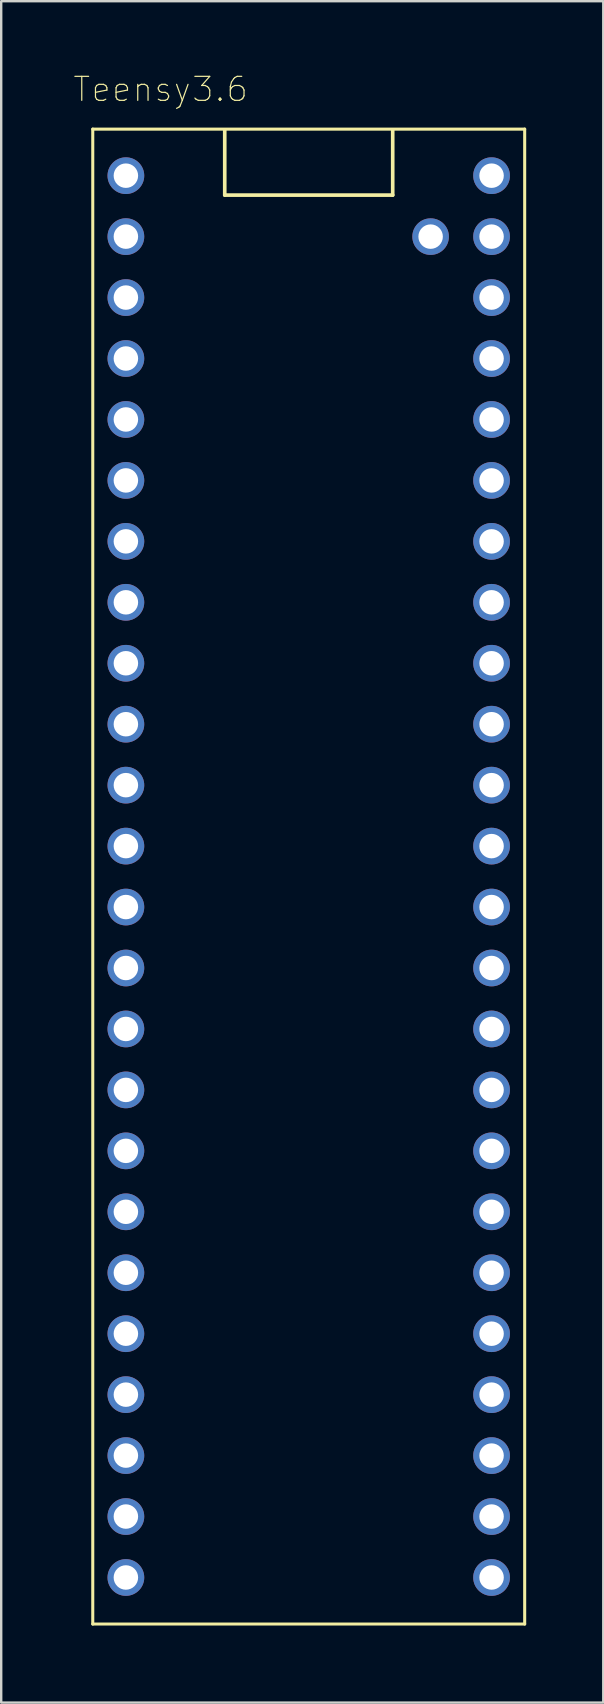
<source format=kicad_pcb>
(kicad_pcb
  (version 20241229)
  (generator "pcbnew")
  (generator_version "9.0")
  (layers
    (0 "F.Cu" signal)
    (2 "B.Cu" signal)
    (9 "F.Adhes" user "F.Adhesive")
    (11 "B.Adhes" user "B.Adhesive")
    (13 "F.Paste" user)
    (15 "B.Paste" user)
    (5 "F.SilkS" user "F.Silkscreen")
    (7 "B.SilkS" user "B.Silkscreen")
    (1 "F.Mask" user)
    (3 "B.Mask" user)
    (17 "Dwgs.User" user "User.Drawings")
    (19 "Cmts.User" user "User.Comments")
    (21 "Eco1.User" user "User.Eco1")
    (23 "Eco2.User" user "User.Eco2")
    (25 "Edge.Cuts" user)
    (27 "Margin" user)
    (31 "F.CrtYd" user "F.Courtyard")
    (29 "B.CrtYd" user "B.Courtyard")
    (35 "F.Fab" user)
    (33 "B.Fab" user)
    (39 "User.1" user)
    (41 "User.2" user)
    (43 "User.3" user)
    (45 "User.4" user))
  (footprint "Teensy3.6"
    (layer "F.Cu")
    (at 9.816 33.481)
    (property "Reference" "Teensy3.6" (at -6.173 -32.809 0) (layer "F.SilkS") (effects (font (size 1 1) (thickness 0.05))))
    (attr through_hole)
    (fp_line (start -9 -31.15) (end -9 31.15) (stroke (width 0.127) (type solid)) (layer "F.SilkS"))
    (fp_line (start -9 31.15) (end 9 31.15) (stroke (width 0.127) (type solid)) (layer "F.SilkS"))
    (fp_line (start -3.5 -31.1) (end -3.5 -28.4) (stroke (width 0.152) (type solid)) (layer "F.SilkS"))
    (fp_line (start -3.5 -28.4) (end 3.5 -28.4) (stroke (width 0.152) (type solid)) (layer "F.SilkS"))
    (fp_line (start 3.5 -28.4) (end 3.5 -31.1) (stroke (width 0.152) (type solid)) (layer "F.SilkS"))
    (fp_line (start 9 -31.15) (end -9 -31.15) (stroke (width 0.127) (type solid)) (layer "F.SilkS"))
    (fp_line (start 9 31.15) (end 9 -31.15) (stroke (width 0.127) (type solid)) (layer "F.SilkS"))
    (fp_line (start -9.25 -31.4) (end 9.25 -31.4) (stroke (width 0.05) (type solid)) (layer "Eco1.User"))
    (fp_line (start -9.25 31.4) (end -9.25 -31.4) (stroke (width 0.05) (type solid)) (layer "Eco1.User"))
    (fp_line (start 9.25 -31.4) (end 9.25 31.4) (stroke (width 0.05) (type solid)) (layer "Eco1.User"))
    (fp_line (start 9.25 31.4) (end -9.25 31.4) (stroke (width 0.05) (type solid)) (layer "Eco1.User"))
    (fp_line (start -9 -31.15) (end 9 -31.15) (stroke (width 0.127) (type solid)) (layer "Eco2.User"))
    (fp_line (start -9 31.15) (end -9 -31.15) (stroke (width 0.127) (type solid)) (layer "Eco2.User"))
    (fp_line (start 9 -31.15) (end 9 31.15) (stroke (width 0.127) (type solid)) (layer "Eco2.User"))
    (fp_line (start 9 31.15) (end -9 31.15) (stroke (width 0.127) (type solid)) (layer "Eco2.User"))
    (pad "0" thru_hole circle (at -7.62 -26.67) (size 1.53 1.53) (drill 1.02) (layers "*.Cu" "*.Mask"))
    (pad "1" thru_hole circle (at -7.62 -24.13) (size 1.53 1.53) (drill 1.02) (layers "*.Cu" "*.Mask"))
    (pad "2" thru_hole circle (at -7.62 -21.59) (size 1.53 1.53) (drill 1.02) (layers "*.Cu" "*.Mask"))
    (pad "3" thru_hole circle (at -7.62 -19.05) (size 1.53 1.53) (drill 1.02) (layers "*.Cu" "*.Mask"))
    (pad "3V3_1" thru_hole circle (at -7.62 6.35) (size 1.53 1.53) (drill 1.02) (layers "*.Cu" "*.Mask"))
    (pad "3V3_2" thru_hole circle (at 7.62 -24.13) (size 1.53 1.53) (drill 1.02) (layers "*.Cu" "*.Mask"))
    (pad "4" thru_hole circle (at -7.62 -16.51) (size 1.53 1.53) (drill 1.02) (layers "*.Cu" "*.Mask"))
    (pad "5" thru_hole circle (at -7.62 -13.97) (size 1.53 1.53) (drill 1.02) (layers "*.Cu" "*.Mask"))
    (pad "6" thru_hole circle (at -7.62 -11.43) (size 1.53 1.53) (drill 1.02) (layers "*.Cu" "*.Mask"))
    (pad "7" thru_hole circle (at -7.62 -8.89) (size 1.53 1.53) (drill 1.02) (layers "*.Cu" "*.Mask"))
    (pad "8" thru_hole circle (at -7.62 -6.35) (size 1.53 1.53) (drill 1.02) (layers "*.Cu" "*.Mask"))
    (pad "9" thru_hole circle (at -7.62 -3.81) (size 1.53 1.53) (drill 1.02) (layers "*.Cu" "*.Mask"))
    (pad "10" thru_hole circle (at -7.62 -1.27) (size 1.53 1.53) (drill 1.02) (layers "*.Cu" "*.Mask"))
    (pad "11" thru_hole circle (at -7.62 1.27) (size 1.53 1.53) (drill 1.02) (layers "*.Cu" "*.Mask"))
    (pad "12" thru_hole circle (at -7.62 3.81) (size 1.53 1.53) (drill 1.02) (layers "*.Cu" "*.Mask"))
    (pad "13" thru_hole circle (at 7.62 3.81) (size 1.53 1.53) (drill 1.02) (layers "*.Cu" "*.Mask"))
    (pad "14" thru_hole circle (at 7.62 1.27) (size 1.53 1.53) (drill 1.02) (layers "*.Cu" "*.Mask"))
    (pad "15" thru_hole circle (at 7.62 -1.27) (size 1.53 1.53) (drill 1.02) (layers "*.Cu" "*.Mask"))
    (pad "16" thru_hole circle (at 7.62 -3.81) (size 1.53 1.53) (drill 1.02) (layers "*.Cu" "*.Mask"))
    (pad "17" thru_hole circle (at 7.62 -6.35) (size 1.53 1.53) (drill 1.02) (layers "*.Cu" "*.Mask"))
    (pad "18" thru_hole circle (at 7.62 -8.89) (size 1.53 1.53) (drill 1.02) (layers "*.Cu" "*.Mask"))
    (pad "19" thru_hole circle (at 7.62 -11.43) (size 1.53 1.53) (drill 1.02) (layers "*.Cu" "*.Mask"))
    (pad "20" thru_hole circle (at 7.62 -13.97) (size 1.53 1.53) (drill 1.02) (layers "*.Cu" "*.Mask"))
    (pad "21" thru_hole circle (at 7.62 -16.51) (size 1.53 1.53) (drill 1.02) (layers "*.Cu" "*.Mask"))
    (pad "22" thru_hole circle (at 7.62 -19.05) (size 1.53 1.53) (drill 1.02) (layers "*.Cu" "*.Mask"))
    (pad "23" thru_hole circle (at 7.62 -21.59) (size 1.53 1.53) (drill 1.02) (layers "*.Cu" "*.Mask"))
    (pad "24" thru_hole circle (at -7.62 8.89) (size 1.53 1.53) (drill 1.02) (layers "*.Cu" "*.Mask"))
    (pad "25" thru_hole circle (at -7.62 11.43) (size 1.53 1.53) (drill 1.02) (layers "*.Cu" "*.Mask"))
    (pad "26" thru_hole circle (at -7.62 13.97) (size 1.53 1.53) (drill 1.02) (layers "*.Cu" "*.Mask"))
    (pad "27" thru_hole circle (at -7.62 16.51) (size 1.53 1.53) (drill 1.02) (layers "*.Cu" "*.Mask"))
    (pad "28" thru_hole circle (at -7.62 19.05) (size 1.53 1.53) (drill 1.02) (layers "*.Cu" "*.Mask"))
    (pad "29" thru_hole circle (at -7.62 21.59) (size 1.53 1.53) (drill 1.02) (layers "*.Cu" "*.Mask"))
    (pad "30" thru_hole circle (at -7.62 24.13) (size 1.53 1.53) (drill 1.02) (layers "*.Cu" "*.Mask"))
    (pad "31" thru_hole circle (at -7.62 26.67) (size 1.53 1.53) (drill 1.02) (layers "*.Cu" "*.Mask"))
    (pad "32" thru_hole circle (at -7.62 29.21) (size 1.53 1.53) (drill 1.02) (layers "*.Cu" "*.Mask"))
    (pad "33" thru_hole circle (at 7.62 29.21) (size 1.53 1.53) (drill 1.02) (layers "*.Cu" "*.Mask"))
    (pad "34" thru_hole circle (at 7.62 26.67) (size 1.53 1.53) (drill 1.02) (layers "*.Cu" "*.Mask"))
    (pad "35" thru_hole circle (at 7.62 24.13) (size 1.53 1.53) (drill 1.02) (layers "*.Cu" "*.Mask"))
    (pad "36" thru_hole circle (at 7.62 21.59) (size 1.53 1.53) (drill 1.02) (layers "*.Cu" "*.Mask"))
    (pad "37" thru_hole circle (at 7.62 19.05) (size 1.53 1.53) (drill 1.02) (layers "*.Cu" "*.Mask"))
    (pad "38" thru_hole circle (at 7.62 16.51) (size 1.53 1.53) (drill 1.02) (layers "*.Cu" "*.Mask"))
    (pad "39" thru_hole circle (at 7.62 13.97) (size 1.53 1.53) (drill 1.02) (layers "*.Cu" "*.Mask"))
    (pad "A21" thru_hole circle (at 7.62 11.43) (size 1.53 1.53) (drill 1.02) (layers "*.Cu" "*.Mask"))
    (pad "A22" thru_hole circle (at 7.62 8.89) (size 1.53 1.53) (drill 1.02) (layers "*.Cu" "*.Mask"))
    (pad "AGND" thru_hole circle (at 7.62 -26.67) (size 1.53 1.53) (drill 1.02) (layers "*.Cu" "*.Mask"))
    (pad "GND_1" thru_hole circle (at -7.62 -29.21) (size 1.53 1.53) (drill 1.02) (layers "*.Cu" "*.Mask"))
    (pad "GND_2" thru_hole circle (at 7.62 6.35) (size 1.53 1.53) (drill 1.02) (layers "*.Cu" "*.Mask"))
    (pad "VIN" thru_hole circle (at 7.62 -29.21) (size 1.53 1.53) (drill 1.02) (layers "*.Cu" "*.Mask"))
    (pad "VUSB" thru_hole circle (at 5.08 -26.67) (size 1.524 1.524) (drill 1.02) (layers "*.Cu" "*.Mask")))
  (gr_rect
    (start -3 -3)
    (end 22.091 67.906)
    (stroke (width 0.1) (type default))
    (fill no)
    (layer "Edge.Cuts")))
</source>
